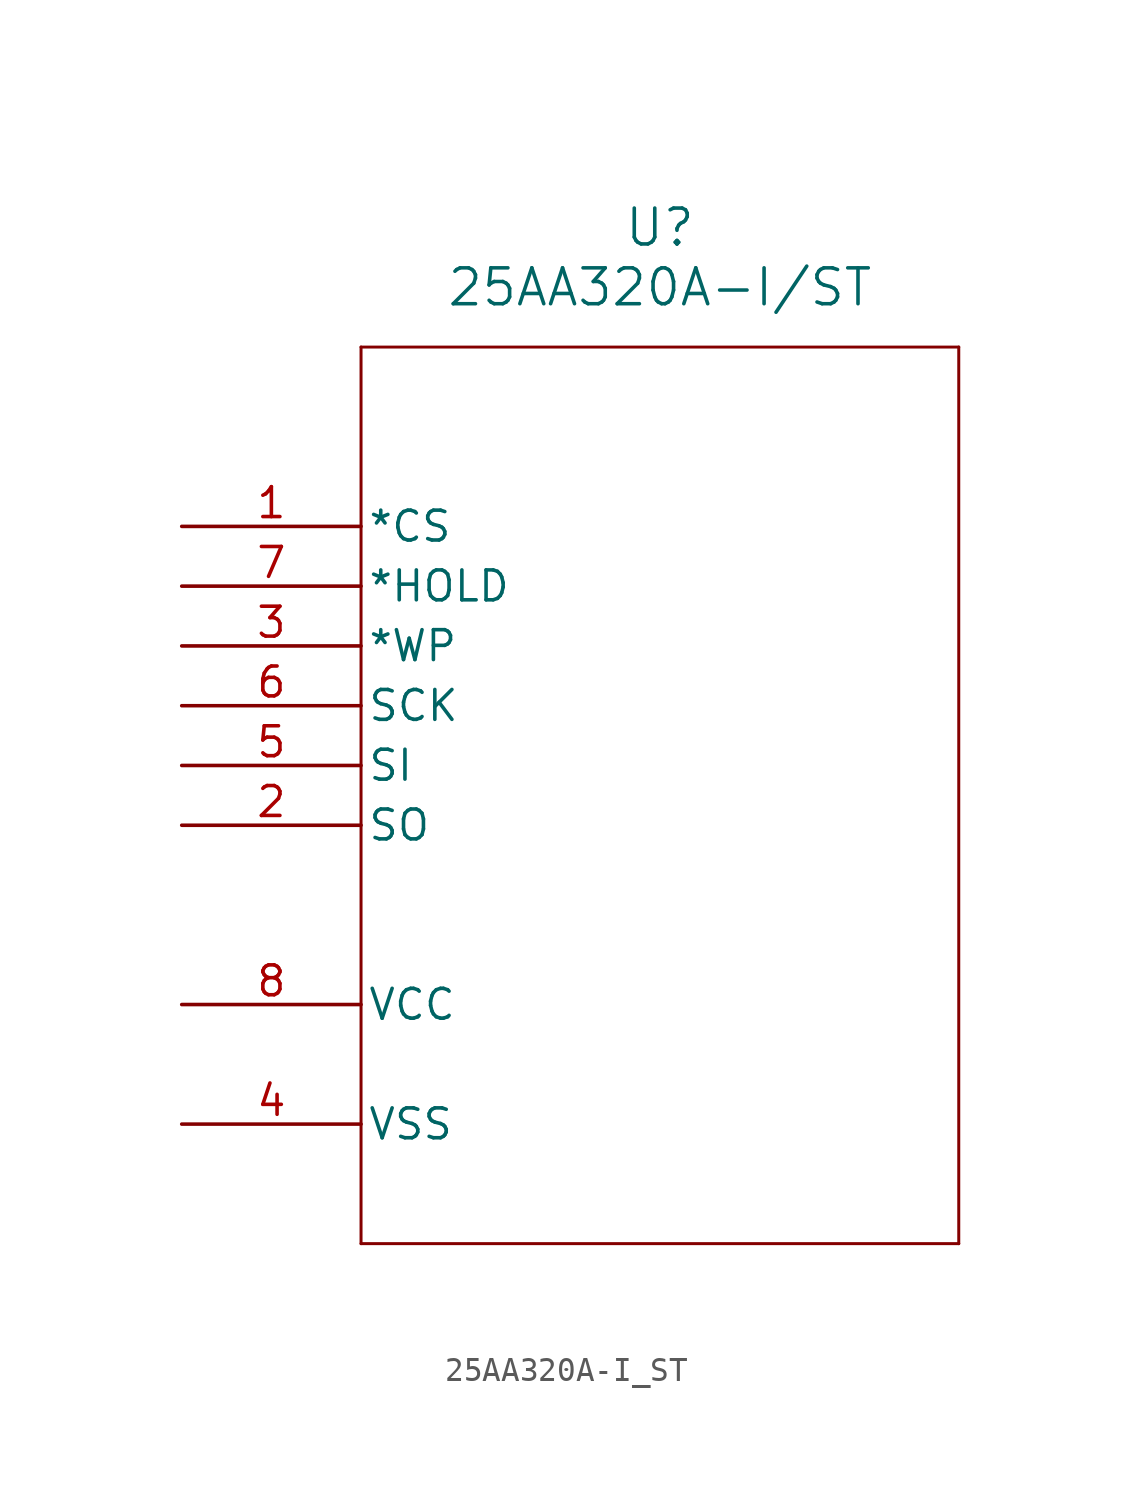
<source format=kicad_sym>
(kicad_symbol_lib
  (version 20211014)
  (generator kicad_symbol_editor)
  (symbol "25AA320A-I_ST"
    (pin_names
      (offset 0.254))
    (property "Reference" "U"
      (at 20.32 12.7 0)
      (effects (font (size 1.524 1.524))))
    (property "Value" "25AA320A-I/ST"
      (at 20.32 10.16 0)
      (effects (font (size 1.524 1.524))))
    (symbol "25AA320A-I_ST_0_1"
      (polyline (pts (xy 7.62 7.62) (xy 7.62 -30.48)) (stroke (width 0.127) (type default) (color 0 0 0 0)) (fill (type none)))
      (polyline (pts (xy 7.62 -30.48) (xy 33.02 -30.48)) (stroke (width 0.127) (type default) (color 0 0 0 0)) (fill (type none)))
      (polyline (pts (xy 33.02 -30.48) (xy 33.02 7.62)) (stroke (width 0.127) (type default) (color 0 0 0 0)) (fill (type none)))
      (polyline (pts (xy 33.02 7.62) (xy 7.62 7.62)) (stroke (width 0.127) (type default) (color 0 0 0 0)) (fill (type none)))
      (pin unspecified line (at 0 0 0) (length 7.62) (name "*CS" (effects (font (size 1.27 1.27)))) (number "1" (effects (font (size 1.27 1.27)))))
      (pin unspecified line (at 0 -12.7 0) (length 7.62) (name "SO" (effects (font (size 1.27 1.27)))) (number "2" (effects (font (size 1.27 1.27)))))
      (pin unspecified line (at 0 -5.08 0) (length 7.62) (name "*WP" (effects (font (size 1.27 1.27)))) (number "3" (effects (font (size 1.27 1.27)))))
      (pin unspecified line (at 0 -25.4 0) (length 7.62) (name "VSS" (effects (font (size 1.27 1.27)))) (number "4" (effects (font (size 1.27 1.27)))))
      (pin unspecified line (at 0 -10.16 0) (length 7.62) (name "SI" (effects (font (size 1.27 1.27)))) (number "5" (effects (font (size 1.27 1.27)))))
      (pin unspecified line (at 0 -7.62 0) (length 7.62) (name "SCK" (effects (font (size 1.27 1.27)))) (number "6" (effects (font (size 1.27 1.27)))))
      (pin unspecified line (at 0 -2.54 0) (length 7.62) (name "*HOLD" (effects (font (size 1.27 1.27)))) (number "7" (effects (font (size 1.27 1.27)))))
      (pin unspecified line (at 0 -20.32 0) (length 7.62) (name "VCC" (effects (font (size 1.27 1.27)))) (number "8" (effects (font (size 1.27 1.27))))))))
</source>
